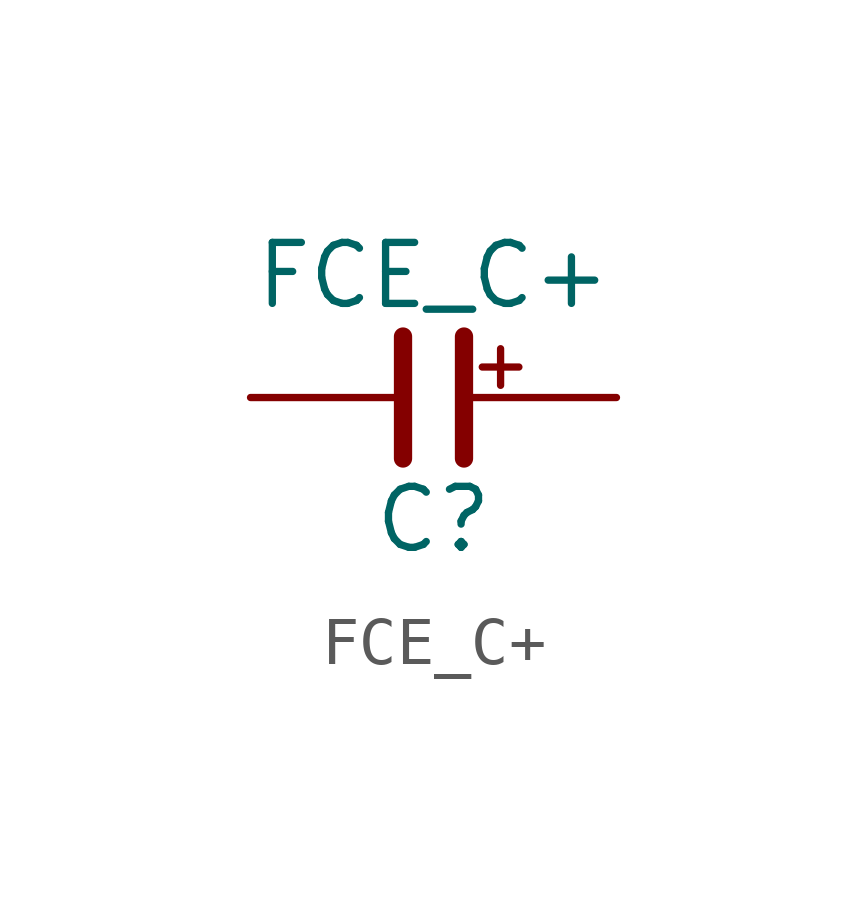
<source format=kicad_sym>
(kicad_symbol_lib
  (version 20211014)
  (generator kicad_symbol_editor)
  (symbol "FCE_C+"
    (pin_numbers hide)
    (pin_names
      (offset 0) hide)
    (property "Reference" "C"
      (at 0 -2.54 0)
      (effects (font (size 1.27 1.27))))
    (property "Value" "FCE_C+"
      (at 0 2.54 0)
      (effects (font (size 1.27 1.27))))
    (property "Footprint" ""
      (at 0 0 0)
      (effects (font (size 1.27 1.27))))
    (property "Datasheet" ""
      (at 0 0 0)
      (effects (font (size 1.27 1.27))))
    (symbol "FCE_C+_0_0"
      (polyline (pts (xy 1.397 0.254) (xy 1.397 1.016)) (stroke (width 0) (type default) (color 0 0 0 0)) (fill (type none)))
      (polyline (pts (xy 1.778 0.635) (xy 1.016 0.635)) (stroke (width 0) (type default) (color 0 0 0 0)) (fill (type none))))
    (symbol "FCE_C+_0_1"
      (polyline (pts (xy 0.635 1.27) (xy 0.635 -1.27)) (stroke (width 0.381) (type default) (color 0 0 0 0)) (fill (type none)))
      (polyline (pts (xy -0.635 1.27) (xy -0.635 -1.27) (xy -0.635 0.635)) (stroke (width 0.381) (type default) (color 0 0 0 0)) (fill (type none))))
    (symbol "FCE_C+_1_1"
      (pin passive line (at 3.81 0 180) (length 3.175) (name "A" (effects (font (size 0.813 0.813)))) (number "1" (effects (font (size 0.813 0.813)))))
      (pin passive line (at -3.81 0 0) (length 3.175) (name "K" (effects (font (size 0.813 0.813)))) (number "2" (effects (font (size 0.813 0.813))))))))
</source>
